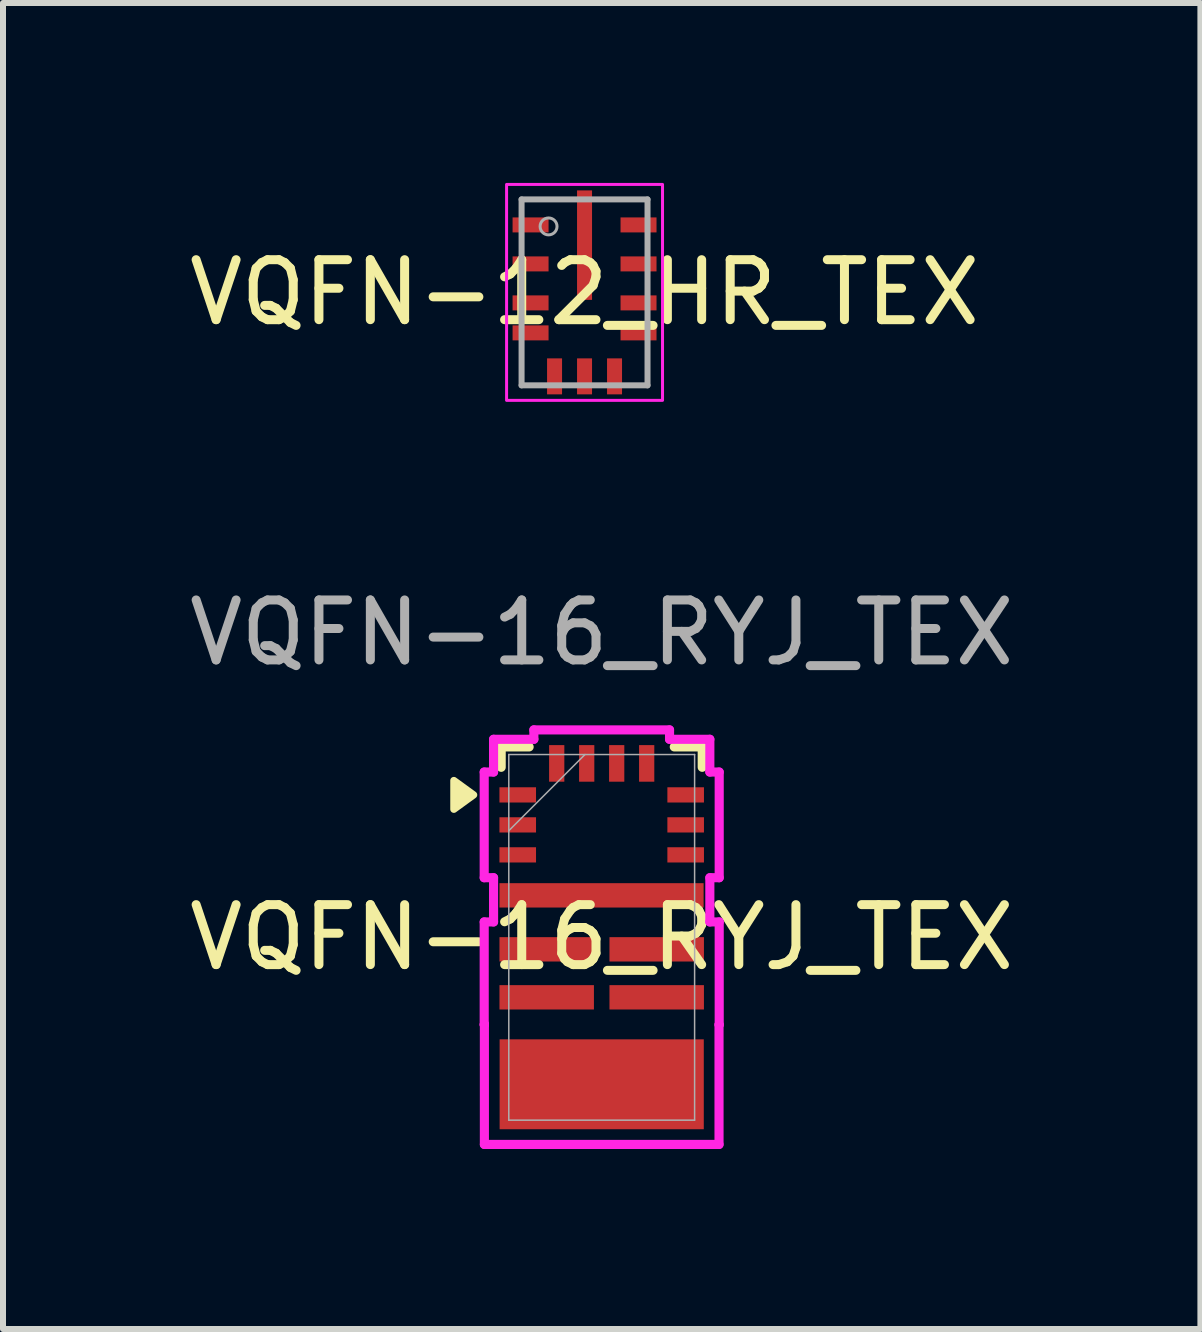
<source format=kicad_pcb>
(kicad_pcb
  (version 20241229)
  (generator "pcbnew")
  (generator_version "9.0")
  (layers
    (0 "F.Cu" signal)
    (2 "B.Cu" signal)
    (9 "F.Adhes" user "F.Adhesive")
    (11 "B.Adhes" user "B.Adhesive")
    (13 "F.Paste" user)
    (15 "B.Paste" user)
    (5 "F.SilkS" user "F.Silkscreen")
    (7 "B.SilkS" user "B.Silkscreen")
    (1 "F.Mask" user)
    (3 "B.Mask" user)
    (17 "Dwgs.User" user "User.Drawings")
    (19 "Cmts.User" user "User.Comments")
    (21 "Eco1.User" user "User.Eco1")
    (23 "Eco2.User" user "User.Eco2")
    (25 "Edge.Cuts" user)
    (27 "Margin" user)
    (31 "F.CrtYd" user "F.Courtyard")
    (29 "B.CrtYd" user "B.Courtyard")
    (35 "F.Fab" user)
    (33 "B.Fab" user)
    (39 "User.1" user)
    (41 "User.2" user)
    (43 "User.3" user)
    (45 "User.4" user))
  (footprint "VQFN-16_RYJ_TEX"
    (layer "F.Cu")
    (at 6.982 12.578)
    (property "Reference" "VQFN-16_RYJ_TEX" (at 0 0 0) (unlocked yes) (layer "F.SilkS") (effects (font (size 1 1) (thickness 0.15))))
    (attr smd)
    (fp_line (start -1.676 -3.175) (end -1.676 -2.835) (stroke (width 0.152) (type solid)) (layer "F.SilkS"))
    (fp_line (start -1.21 -3.175) (end -1.676 -3.175) (stroke (width 0.152) (type solid)) (layer "F.SilkS"))
    (fp_line (start 1.676 -3.175) (end 1.21 -3.175) (stroke (width 0.152) (type solid)) (layer "F.SilkS"))
    (fp_line (start 1.676 -2.835) (end 1.676 -3.175) (stroke (width 0.152) (type solid)) (layer "F.SilkS"))
    (fp_poly (pts (xy -2.135 -2.375) (xy -2.465 -2.135) (xy -2.465 -2.615) (xy -2.135 -2.375)) (stroke (width 0.12) (type solid)) (fill yes) (layer "F.SilkS"))
    (fp_line (start -1.959 -2.756) (end -1.959 -0.994) (stroke (width 0.152) (type solid)) (layer "F.CrtYd"))
    (fp_line (start -1.959 -0.994) (end -1.803 -0.994) (stroke (width 0.152) (type solid)) (layer "F.CrtYd"))
    (fp_line (start -1.959 -0.257) (end -1.959 1.457) (stroke (width 0.152) (type solid)) (layer "F.CrtYd"))
    (fp_line (start -1.959 1.457) (end -1.956 1.457) (stroke (width 0.152) (type solid)) (layer "F.CrtYd"))
    (fp_line (start -1.956 1.447) (end -1.956 3.453) (stroke (width 0.152) (type solid)) (layer "F.CrtYd"))
    (fp_line (start -1.956 1.457) (end -1.956 1.447) (stroke (width 0.152) (type solid)) (layer "F.CrtYd"))
    (fp_line (start -1.956 3.453) (end 1.956 3.453) (stroke (width 0.152) (type solid)) (layer "F.CrtYd"))
    (fp_line (start -1.803 -3.302) (end -1.803 -2.756) (stroke (width 0.152) (type solid)) (layer "F.CrtYd"))
    (fp_line (start -1.803 -2.756) (end -1.959 -2.756) (stroke (width 0.152) (type solid)) (layer "F.CrtYd"))
    (fp_line (start -1.803 -0.994) (end -1.803 -0.257) (stroke (width 0.152) (type solid)) (layer "F.CrtYd"))
    (fp_line (start -1.803 -0.257) (end -1.959 -0.257) (stroke (width 0.152) (type solid)) (layer "F.CrtYd"))
    (fp_line (start -1.131 -3.459) (end -1.131 -3.302) (stroke (width 0.152) (type solid)) (layer "F.CrtYd"))
    (fp_line (start -1.131 -3.302) (end -1.803 -3.302) (stroke (width 0.152) (type solid)) (layer "F.CrtYd"))
    (fp_line (start 1.131 -3.459) (end -1.131 -3.459) (stroke (width 0.152) (type solid)) (layer "F.CrtYd"))
    (fp_line (start 1.131 -3.302) (end 1.131 -3.459) (stroke (width 0.152) (type solid)) (layer "F.CrtYd"))
    (fp_line (start 1.803 -3.302) (end 1.131 -3.302) (stroke (width 0.152) (type solid)) (layer "F.CrtYd"))
    (fp_line (start 1.803 -2.756) (end 1.803 -3.302) (stroke (width 0.152) (type solid)) (layer "F.CrtYd"))
    (fp_line (start 1.803 -0.994) (end 1.959 -0.994) (stroke (width 0.152) (type solid)) (layer "F.CrtYd"))
    (fp_line (start 1.803 -0.257) (end 1.803 -0.994) (stroke (width 0.152) (type solid)) (layer "F.CrtYd"))
    (fp_line (start 1.956 1.457) (end 1.959 1.457) (stroke (width 0.152) (type solid)) (layer "F.CrtYd"))
    (fp_line (start 1.956 3.453) (end 1.956 1.457) (stroke (width 0.152) (type solid)) (layer "F.CrtYd"))
    (fp_line (start 1.959 -2.756) (end 1.803 -2.756) (stroke (width 0.152) (type solid)) (layer "F.CrtYd"))
    (fp_line (start 1.959 -0.994) (end 1.959 -2.756) (stroke (width 0.152) (type solid)) (layer "F.CrtYd"))
    (fp_line (start 1.959 -0.257) (end 1.803 -0.257) (stroke (width 0.152) (type solid)) (layer "F.CrtYd"))
    (fp_line (start 1.959 1.457) (end 1.959 -0.257) (stroke (width 0.152) (type solid)) (layer "F.CrtYd"))
    (fp_line (start -1.549 -3.048) (end -1.549 3.048) (stroke (width 0.025) (type solid)) (layer "F.Fab"))
    (fp_line (start -1.549 -1.778) (end -0.279 -3.048) (stroke (width 0.025) (type solid)) (layer "F.Fab"))
    (fp_line (start -1.549 3.048) (end 1.549 3.048) (stroke (width 0.025) (type solid)) (layer "F.Fab"))
    (fp_line (start 1.549 -3.048) (end -1.549 -3.048) (stroke (width 0.025) (type solid)) (layer "F.Fab"))
    (fp_line (start 1.549 3.048) (end 1.549 -3.048) (stroke (width 0.025) (type solid)) (layer "F.Fab"))
    (fp_text user "${REFERENCE}" (at 0 -5.08 0) (unlocked yes) (layer "F.Fab") (effects (font (size 1 1) (thickness 0.15))))
    (pad "1" smd rect (at -1.4 -2.375) (size 0.61 0.254) (layers "F.Cu" "F.Mask" "F.Paste"))
    (pad "2" smd rect (at -1.4 -1.875) (size 0.61 0.254) (layers "F.Cu" "F.Mask" "F.Paste"))
    (pad "3" smd rect (at -1.4 -1.375) (size 0.61 0.254) (layers "F.Cu" "F.Mask" "F.Paste"))
    (pad "4" smd rect (at -0.003 -0.7) (size 3.404 0.406) (layers "F.Cu" "F.Mask" "F.Paste"))
    (pad "5" smd rect (at -0.917 0.2) (size 1.575 0.406) (layers "F.Cu" "F.Mask" "F.Paste"))
    (pad "6" smd rect (at -0.917 1) (size 1.575 0.406) (layers "F.Cu" "F.Mask" "F.Paste"))
    (pad "7" smd rect (at 0 2.45) (size 3.404 1.499) (layers "F.Cu" "F.Mask" "F.Paste"))
    (pad "8" smd rect (at 0.917 1) (size 1.575 0.406) (layers "F.Cu" "F.Mask" "F.Paste"))
    (pad "9" smd rect (at 0.917 0.2) (size 1.575 0.406) (layers "F.Cu" "F.Mask" "F.Paste"))
    (pad "10" smd rect (at 1.4 -1.375) (size 0.61 0.254) (layers "F.Cu" "F.Mask" "F.Paste"))
    (pad "11" smd rect (at 1.4 -1.875) (size 0.61 0.254) (layers "F.Cu" "F.Mask" "F.Paste"))
    (pad "12" smd rect (at 1.4 -2.375) (size 0.61 0.254) (layers "F.Cu" "F.Mask" "F.Paste"))
    (pad "13" smd rect (at 0.75 -2.9 90) (size 0.61 0.254) (layers "F.Cu" "F.Mask" "F.Paste"))
    (pad "14" smd rect (at 0.25 -2.9 90) (size 0.61 0.254) (layers "F.Cu" "F.Mask" "F.Paste"))
    (pad "15" smd rect (at -0.25 -2.9 90) (size 0.61 0.254) (layers "F.Cu" "F.Mask" "F.Paste"))
    (pad "16" smd rect (at -0.75 -2.9 90) (size 0.61 0.254) (layers "F.Cu" "F.Mask" "F.Paste")))
  (footprint "VQFN-12_HR_TEX"
    (layer "F.Cu")
    (at 6.696 1.825)
    (property "Reference" "VQFN-12_HR_TEX" (at 0 0 0) (unlocked yes) (layer "F.SilkS") (effects (font (size 1 1) (thickness 0.15))))
    (attr smd)
    (fp_poly (pts (xy -0.125 -0.939) (xy -0.125 -1.651) (xy -0.124 -1.661) (xy -0.121 -1.67) (xy -0.117 -1.679) (xy -0.11 -1.686) (xy -0.103 -1.693) (xy -0.094 -1.697) (xy -0.085 -1.7) (xy -0.075 -1.701) (xy 0.075 -1.701) (xy 0.085 -1.7) (xy 0.094 -1.697) (xy 0.103 -1.693) (xy 0.11 -1.686) (xy 0.117 -1.679) (xy 0.121 -1.67) (xy 0.124 -1.661) (xy 0.125 -1.651) (xy 0.125 -0.939) (xy 0.124 -0.929) (xy 0.121 -0.92) (xy 0.117 -0.911) (xy 0.11 -0.904) (xy 0.103 -0.897) (xy 0.094 -0.893) (xy 0.085 -0.89) (xy 0.075 -0.889) (xy -0.075 -0.889) (xy -0.085 -0.89) (xy -0.094 -0.893) (xy -0.103 -0.897) (xy -0.11 -0.904) (xy -0.117 -0.911) (xy -0.121 -0.92) (xy -0.124 -0.929)) (stroke (width 0) (type solid)) (fill yes) (layer "F.Paste"))
    (fp_poly (pts (xy -0.125 0.076) (xy -0.125 -0.636) (xy -0.124 -0.646) (xy -0.121 -0.655) (xy -0.117 -0.664) (xy -0.11 -0.671) (xy -0.103 -0.678) (xy -0.094 -0.682) (xy -0.085 -0.685) (xy -0.075 -0.686) (xy 0.075 -0.686) (xy 0.085 -0.685) (xy 0.094 -0.682) (xy 0.103 -0.678) (xy 0.11 -0.671) (xy 0.117 -0.664) (xy 0.121 -0.655) (xy 0.124 -0.646) (xy 0.125 -0.636) (xy 0.125 0.076) (xy 0.124 0.086) (xy 0.121 0.095) (xy 0.117 0.104) (xy 0.11 0.111) (xy 0.103 0.118) (xy 0.094 0.122) (xy 0.085 0.125) (xy 0.075 0.126) (xy -0.075 0.126) (xy -0.085 0.125) (xy -0.094 0.122) (xy -0.103 0.118) (xy -0.11 0.111) (xy -0.117 0.104) (xy -0.121 0.095) (xy -0.124 0.086)) (stroke (width 0) (type solid)) (fill yes) (layer "F.Paste"))
    (fp_rect (start -1.3 -1.8) (end 1.3 1.8) (stroke (width 0.05) (type default)) (fill no) (layer "F.CrtYd"))
    (fp_line (start -1.05 -1.55) (end 1.05 -1.55) (stroke (width 0.1) (type solid)) (layer "F.Fab"))
    (fp_line (start -1.05 1.55) (end -1.05 -1.55) (stroke (width 0.1) (type solid)) (layer "F.Fab"))
    (fp_line (start -1.05 1.55) (end 1.05 1.55) (stroke (width 0.1) (type solid)) (layer "F.Fab"))
    (fp_line (start 1.05 1.55) (end 1.05 -1.55) (stroke (width 0.1) (type solid)) (layer "F.Fab"))
    (fp_circle (center -0.6 -1.1) (end -0.459 -1.1) (stroke (width 0.05) (type solid)) (fill no) (layer "F.Fab"))
    (pad "1" smd rect (at -0.9 -1.125) (size 0.6 0.25) (layers "F.Cu" "F.Mask" "F.Paste"))
    (pad "2" smd rect (at -0.9 -0.475) (size 0.6 0.25) (layers "F.Cu" "F.Mask" "F.Paste"))
    (pad "3" smd rect (at -0.9 0.175) (size 0.6 0.25) (layers "F.Cu" "F.Mask" "F.Paste"))
    (pad "4" smd rect (at -0.9 0.675) (size 0.6 0.25) (layers "F.Cu" "F.Mask" "F.Paste"))
    (pad "5" smd rect (at -0.5 1.4 90) (size 0.6 0.25) (layers "F.Cu" "F.Mask" "F.Paste"))
    (pad "6" smd rect (at 0 1.4 90) (size 0.6 0.25) (layers "F.Cu" "F.Mask" "F.Paste"))
    (pad "7" smd rect (at 0.5 1.4 90) (size 0.6 0.25) (layers "F.Cu" "F.Mask" "F.Paste"))
    (pad "8" smd rect (at 0.9 0.675) (size 0.6 0.25) (layers "F.Cu" "F.Mask" "F.Paste"))
    (pad "9" smd rect (at 0.9 0.175) (size 0.6 0.25) (layers "F.Cu" "F.Mask" "F.Paste"))
    (pad "10" smd rect (at 0.9 -0.475) (size 0.6 0.25) (layers "F.Cu" "F.Mask" "F.Paste"))
    (pad "11" smd rect (at 0.9 -1.125) (size 0.6 0.25) (layers "F.Cu" "F.Mask" "F.Paste"))
    (pad "12" smd rect (at 0 -0.788 90) (size 1.825 0.25) (layers "F.Cu" "F.Mask")))
  (gr_rect
    (start -3 -3)
    (end 16.964 19.108)
    (stroke (width 0.1) (type default))
    (fill no)
    (layer "Edge.Cuts")))
</source>
